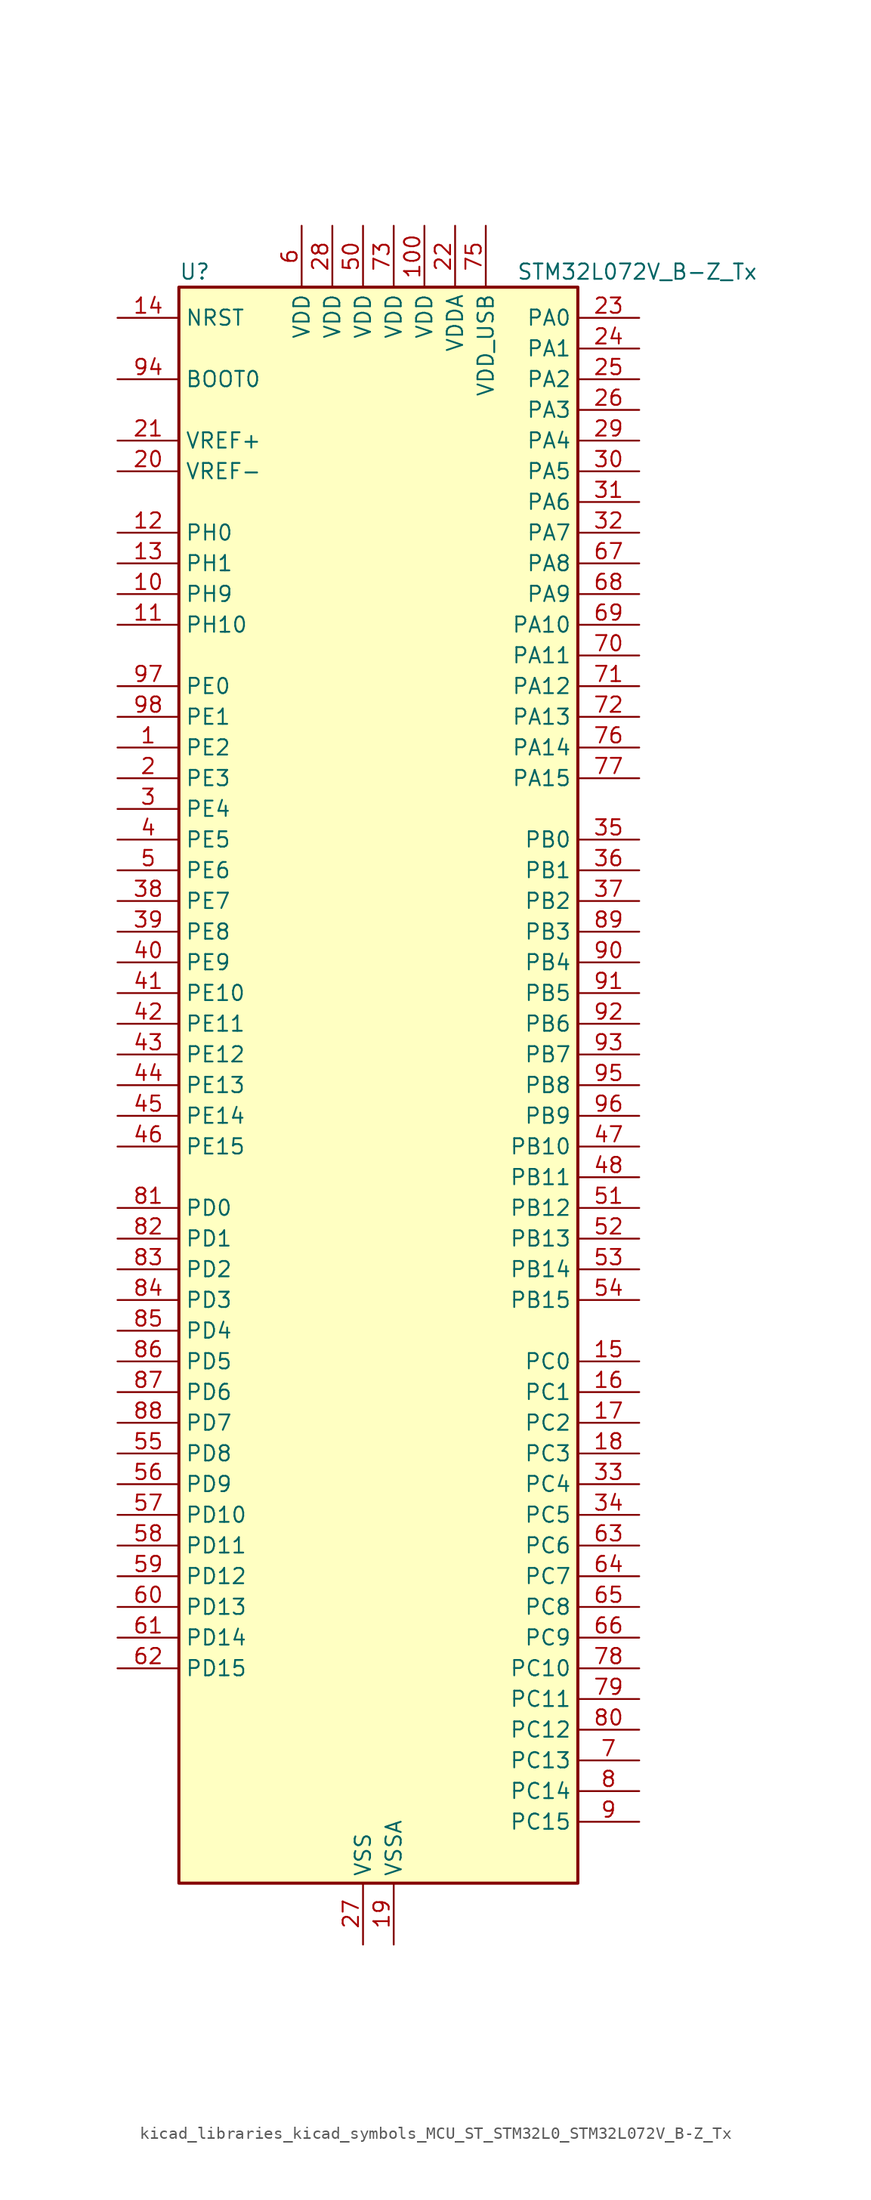
<source format=kicad_sym>
(kicad_symbol_lib
  (version 20220914)
  (generator kicad_symbol_editor)
  (symbol "kicad_libraries_kicad_symbols_MCU_ST_STM32L0_STM32L072V_B-Z_Tx"
    (property "Reference" "U"
      (at -15.24 67.31 0)
      (effects (font (size 1.27 1.27)) (justify left)))
    (property "Value" "STM32L072V_B-Z_Tx"
      (at 12.7 67.31 0)
      (effects (font (size 1.27 1.27)) (justify left)))
    (property "ki_locked" ""
      (at 0 0 0)
      (effects (font (size 1.27 1.27))))
    (symbol "kicad_libraries_kicad_symbols_MCU_ST_STM32L0_STM32L072V_B-Z_Tx_0_1"
      (rectangle (start -15.24 -66.04) (end 17.78 66.04) (stroke (width 0.254) (type default)) (fill (type background))))
    (symbol "kicad_libraries_kicad_symbols_MCU_ST_STM32L0_STM32L072V_B-Z_Tx_1_1"
      (pin bidirectional line (at -20.32 27.94 0) (length 5.08) (name "PE2" (effects (font (size 1.27 1.27)))) (number "1" (effects (font (size 1.27 1.27)))) (alternate "TIM3_ETR" bidirectional line))
      (pin bidirectional line (at -20.32 40.64 0) (length 5.08) (name "PH9" (effects (font (size 1.27 1.27)))) (number "10" (effects (font (size 1.27 1.27)))) (alternate "DAC_EXTI9" bidirectional line))
      (pin power_in line (at 5.08 71.12 270) (length 5.08) (name "VDD" (effects (font (size 1.27 1.27)))) (number "100" (effects (font (size 1.27 1.27)))))
      (pin bidirectional line (at -20.32 38.1 0) (length 5.08) (name "PH10" (effects (font (size 1.27 1.27)))) (number "11" (effects (font (size 1.27 1.27)))))
      (pin bidirectional line (at -20.32 45.72 0) (length 5.08) (name "PH0" (effects (font (size 1.27 1.27)))) (number "12" (effects (font (size 1.27 1.27)))) (alternate "CRS_SYNC" bidirectional line) (alternate "RCC_OSC_IN" bidirectional line))
      (pin bidirectional line (at -20.32 43.18 0) (length 5.08) (name "PH1" (effects (font (size 1.27 1.27)))) (number "13" (effects (font (size 1.27 1.27)))) (alternate "RCC_OSC_OUT" bidirectional line))
      (pin input line (at -20.32 63.5 0) (length 5.08) (name "NRST" (effects (font (size 1.27 1.27)))) (number "14" (effects (font (size 1.27 1.27)))))
      (pin bidirectional line (at 22.86 -22.86 180) (length 5.08) (name "PC0" (effects (font (size 1.27 1.27)))) (number "15" (effects (font (size 1.27 1.27)))) (alternate "ADC_IN10" bidirectional line) (alternate "I2C3_SCL" bidirectional line) (alternate "LPTIM1_IN1" bidirectional line) (alternate "LPUART1_RX" bidirectional line) (alternate "TSC_G7_IO1" bidirectional line))
      (pin bidirectional line (at 22.86 -25.4 180) (length 5.08) (name "PC1" (effects (font (size 1.27 1.27)))) (number "16" (effects (font (size 1.27 1.27)))) (alternate "ADC_IN11" bidirectional line) (alternate "I2C3_SDA" bidirectional line) (alternate "LPTIM1_OUT" bidirectional line) (alternate "LPUART1_TX" bidirectional line) (alternate "TSC_G7_IO2" bidirectional line))
      (pin bidirectional line (at 22.86 -27.94 180) (length 5.08) (name "PC2" (effects (font (size 1.27 1.27)))) (number "17" (effects (font (size 1.27 1.27)))) (alternate "ADC_IN12" bidirectional line) (alternate "I2S2_MCK" bidirectional line) (alternate "LPTIM1_IN2" bidirectional line) (alternate "SPI2_MISO" bidirectional line) (alternate "TSC_G7_IO3" bidirectional line))
      (pin bidirectional line (at 22.86 -30.48 180) (length 5.08) (name "PC3" (effects (font (size 1.27 1.27)))) (number "18" (effects (font (size 1.27 1.27)))) (alternate "ADC_IN13" bidirectional line) (alternate "I2S2_SD" bidirectional line) (alternate "LPTIM1_ETR" bidirectional line) (alternate "SPI2_MOSI" bidirectional line) (alternate "TSC_G7_IO4" bidirectional line))
      (pin power_in line (at 2.54 -71.12 90) (length 5.08) (name "VSSA" (effects (font (size 1.27 1.27)))) (number "19" (effects (font (size 1.27 1.27)))))
      (pin bidirectional line (at -20.32 25.4 0) (length 5.08) (name "PE3" (effects (font (size 1.27 1.27)))) (number "2" (effects (font (size 1.27 1.27)))) (alternate "TIM22_CH1" bidirectional line) (alternate "TIM3_CH1" bidirectional line))
      (pin input line (at -20.32 50.8 0) (length 5.08) (name "VREF-" (effects (font (size 1.27 1.27)))) (number "20" (effects (font (size 1.27 1.27)))))
      (pin input line (at -20.32 53.34 0) (length 5.08) (name "VREF+" (effects (font (size 1.27 1.27)))) (number "21" (effects (font (size 1.27 1.27)))))
      (pin power_in line (at 7.62 71.12 270) (length 5.08) (name "VDDA" (effects (font (size 1.27 1.27)))) (number "22" (effects (font (size 1.27 1.27)))))
      (pin bidirectional line (at 22.86 63.5 180) (length 5.08) (name "PA0" (effects (font (size 1.27 1.27)))) (number "23" (effects (font (size 1.27 1.27)))) (alternate "ADC_IN0" bidirectional line) (alternate "COMP1_INM" bidirectional line) (alternate "COMP1_OUT" bidirectional line) (alternate "RTC_TAMP2" bidirectional line) (alternate "SYS_WKUP1" bidirectional line) (alternate "TIM2_CH1" bidirectional line) (alternate "TIM2_ETR" bidirectional line) (alternate "TSC_G1_IO1" bidirectional line) (alternate "USART2_CTS" bidirectional line) (alternate "USART4_TX" bidirectional line))
      (pin bidirectional line (at 22.86 60.96 180) (length 5.08) (name "PA1" (effects (font (size 1.27 1.27)))) (number "24" (effects (font (size 1.27 1.27)))) (alternate "ADC_IN1" bidirectional line) (alternate "COMP1_INP" bidirectional line) (alternate "TIM21_ETR" bidirectional line) (alternate "TIM2_CH2" bidirectional line) (alternate "TSC_G1_IO2" bidirectional line) (alternate "USART2_DE" bidirectional line) (alternate "USART2_RTS" bidirectional line) (alternate "USART4_RX" bidirectional line))
      (pin bidirectional line (at 22.86 58.42 180) (length 5.08) (name "PA2" (effects (font (size 1.27 1.27)))) (number "25" (effects (font (size 1.27 1.27)))) (alternate "ADC_IN2" bidirectional line) (alternate "COMP2_INM" bidirectional line) (alternate "COMP2_OUT" bidirectional line) (alternate "LPUART1_TX" bidirectional line) (alternate "TIM21_CH1" bidirectional line) (alternate "TIM2_CH3" bidirectional line) (alternate "TSC_G1_IO3" bidirectional line) (alternate "USART2_TX" bidirectional line))
      (pin bidirectional line (at 22.86 55.88 180) (length 5.08) (name "PA3" (effects (font (size 1.27 1.27)))) (number "26" (effects (font (size 1.27 1.27)))) (alternate "ADC_IN3" bidirectional line) (alternate "COMP2_INP" bidirectional line) (alternate "LPUART1_RX" bidirectional line) (alternate "TIM21_CH2" bidirectional line) (alternate "TIM2_CH4" bidirectional line) (alternate "TSC_G1_IO4" bidirectional line) (alternate "USART2_RX" bidirectional line))
      (pin power_in line (at 0 -71.12 90) (length 5.08) (name "VSS" (effects (font (size 1.27 1.27)))) (number "27" (effects (font (size 1.27 1.27)))))
      (pin power_in line (at -2.54 71.12 270) (length 5.08) (name "VDD" (effects (font (size 1.27 1.27)))) (number "28" (effects (font (size 1.27 1.27)))))
      (pin bidirectional line (at 22.86 53.34 180) (length 5.08) (name "PA4" (effects (font (size 1.27 1.27)))) (number "29" (effects (font (size 1.27 1.27)))) (alternate "ADC_IN4" bidirectional line) (alternate "COMP1_INM" bidirectional line) (alternate "COMP2_INM" bidirectional line) (alternate "DAC_OUT1" bidirectional line) (alternate "SPI1_NSS" bidirectional line) (alternate "TIM22_ETR" bidirectional line) (alternate "TSC_G2_IO1" bidirectional line) (alternate "USART2_CK" bidirectional line))
      (pin bidirectional line (at -20.32 22.86 0) (length 5.08) (name "PE4" (effects (font (size 1.27 1.27)))) (number "3" (effects (font (size 1.27 1.27)))) (alternate "TIM22_CH2" bidirectional line) (alternate "TIM3_CH2" bidirectional line))
      (pin bidirectional line (at 22.86 50.8 180) (length 5.08) (name "PA5" (effects (font (size 1.27 1.27)))) (number "30" (effects (font (size 1.27 1.27)))) (alternate "ADC_IN5" bidirectional line) (alternate "COMP1_INM" bidirectional line) (alternate "COMP2_INM" bidirectional line) (alternate "DAC_OUT2" bidirectional line) (alternate "SPI1_SCK" bidirectional line) (alternate "TIM2_CH1" bidirectional line) (alternate "TIM2_ETR" bidirectional line) (alternate "TSC_G2_IO2" bidirectional line))
      (pin bidirectional line (at 22.86 48.26 180) (length 5.08) (name "PA6" (effects (font (size 1.27 1.27)))) (number "31" (effects (font (size 1.27 1.27)))) (alternate "ADC_IN6" bidirectional line) (alternate "COMP1_OUT" bidirectional line) (alternate "LPUART1_CTS" bidirectional line) (alternate "SPI1_MISO" bidirectional line) (alternate "TIM22_CH1" bidirectional line) (alternate "TIM3_CH1" bidirectional line) (alternate "TSC_G2_IO3" bidirectional line))
      (pin bidirectional line (at 22.86 45.72 180) (length 5.08) (name "PA7" (effects (font (size 1.27 1.27)))) (number "32" (effects (font (size 1.27 1.27)))) (alternate "ADC_IN7" bidirectional line) (alternate "COMP2_OUT" bidirectional line) (alternate "SPI1_MOSI" bidirectional line) (alternate "TIM22_CH2" bidirectional line) (alternate "TIM3_CH2" bidirectional line) (alternate "TSC_G2_IO4" bidirectional line))
      (pin bidirectional line (at 22.86 -33.02 180) (length 5.08) (name "PC4" (effects (font (size 1.27 1.27)))) (number "33" (effects (font (size 1.27 1.27)))) (alternate "ADC_IN14" bidirectional line) (alternate "LPUART1_TX" bidirectional line))
      (pin bidirectional line (at 22.86 -35.56 180) (length 5.08) (name "PC5" (effects (font (size 1.27 1.27)))) (number "34" (effects (font (size 1.27 1.27)))) (alternate "ADC_IN15" bidirectional line) (alternate "LPUART1_RX" bidirectional line) (alternate "TSC_G3_IO1" bidirectional line))
      (pin bidirectional line (at 22.86 20.32 180) (length 5.08) (name "PB0" (effects (font (size 1.27 1.27)))) (number "35" (effects (font (size 1.27 1.27)))) (alternate "ADC_IN8" bidirectional line) (alternate "SYS_VREF_OUT_PB0" bidirectional line) (alternate "TIM3_CH3" bidirectional line) (alternate "TSC_G3_IO2" bidirectional line))
      (pin bidirectional line (at 22.86 17.78 180) (length 5.08) (name "PB1" (effects (font (size 1.27 1.27)))) (number "36" (effects (font (size 1.27 1.27)))) (alternate "ADC_IN9" bidirectional line) (alternate "LPUART1_DE" bidirectional line) (alternate "LPUART1_RTS" bidirectional line) (alternate "SYS_VREF_OUT_PB1" bidirectional line) (alternate "TIM3_CH4" bidirectional line) (alternate "TSC_G3_IO3" bidirectional line))
      (pin bidirectional line (at 22.86 15.24 180) (length 5.08) (name "PB2" (effects (font (size 1.27 1.27)))) (number "37" (effects (font (size 1.27 1.27)))) (alternate "I2C3_SMBA" bidirectional line) (alternate "LPTIM1_OUT" bidirectional line) (alternate "TSC_G3_IO4" bidirectional line))
      (pin bidirectional line (at -20.32 15.24 0) (length 5.08) (name "PE7" (effects (font (size 1.27 1.27)))) (number "38" (effects (font (size 1.27 1.27)))) (alternate "USART5_CK" bidirectional line) (alternate "USART5_DE" bidirectional line) (alternate "USART5_RTS" bidirectional line))
      (pin bidirectional line (at -20.32 12.7 0) (length 5.08) (name "PE8" (effects (font (size 1.27 1.27)))) (number "39" (effects (font (size 1.27 1.27)))) (alternate "USART4_TX" bidirectional line))
      (pin bidirectional line (at -20.32 20.32 0) (length 5.08) (name "PE5" (effects (font (size 1.27 1.27)))) (number "4" (effects (font (size 1.27 1.27)))) (alternate "TIM21_CH1" bidirectional line) (alternate "TIM3_CH3" bidirectional line))
      (pin bidirectional line (at -20.32 10.16 0) (length 5.08) (name "PE9" (effects (font (size 1.27 1.27)))) (number "40" (effects (font (size 1.27 1.27)))) (alternate "DAC_EXTI9" bidirectional line) (alternate "TIM2_CH1" bidirectional line) (alternate "TIM2_ETR" bidirectional line) (alternate "USART4_RX" bidirectional line))
      (pin bidirectional line (at -20.32 7.62 0) (length 5.08) (name "PE10" (effects (font (size 1.27 1.27)))) (number "41" (effects (font (size 1.27 1.27)))) (alternate "TIM2_CH2" bidirectional line) (alternate "USART5_TX" bidirectional line))
      (pin bidirectional line (at -20.32 5.08 0) (length 5.08) (name "PE11" (effects (font (size 1.27 1.27)))) (number "42" (effects (font (size 1.27 1.27)))) (alternate "ADC_EXTI11" bidirectional line) (alternate "TIM2_CH3" bidirectional line) (alternate "USART5_RX" bidirectional line))
      (pin bidirectional line (at -20.32 2.54 0) (length 5.08) (name "PE12" (effects (font (size 1.27 1.27)))) (number "43" (effects (font (size 1.27 1.27)))) (alternate "SPI1_NSS" bidirectional line) (alternate "TIM2_CH4" bidirectional line))
      (pin bidirectional line (at -20.32 0 0) (length 5.08) (name "PE13" (effects (font (size 1.27 1.27)))) (number "44" (effects (font (size 1.27 1.27)))) (alternate "SPI1_SCK" bidirectional line))
      (pin bidirectional line (at -20.32 -2.54 0) (length 5.08) (name "PE14" (effects (font (size 1.27 1.27)))) (number "45" (effects (font (size 1.27 1.27)))) (alternate "SPI1_MISO" bidirectional line))
      (pin bidirectional line (at -20.32 -5.08 0) (length 5.08) (name "PE15" (effects (font (size 1.27 1.27)))) (number "46" (effects (font (size 1.27 1.27)))) (alternate "SPI1_MOSI" bidirectional line))
      (pin bidirectional line (at 22.86 -5.08 180) (length 5.08) (name "PB10" (effects (font (size 1.27 1.27)))) (number "47" (effects (font (size 1.27 1.27)))) (alternate "I2C2_SCL" bidirectional line) (alternate "LPUART1_RX" bidirectional line) (alternate "LPUART1_TX" bidirectional line) (alternate "SPI2_SCK" bidirectional line) (alternate "TIM2_CH3" bidirectional line) (alternate "TSC_SYNC" bidirectional line))
      (pin bidirectional line (at 22.86 -7.62 180) (length 5.08) (name "PB11" (effects (font (size 1.27 1.27)))) (number "48" (effects (font (size 1.27 1.27)))) (alternate "ADC_EXTI11" bidirectional line) (alternate "I2C2_SDA" bidirectional line) (alternate "LPUART1_RX" bidirectional line) (alternate "LPUART1_TX" bidirectional line) (alternate "TIM2_CH4" bidirectional line) (alternate "TSC_G6_IO1" bidirectional line))
      (pin passive line (at 0 -71.12 90) (length 5.08) hide (name "VSS" (effects (font (size 1.27 1.27)))) (number "49" (effects (font (size 1.27 1.27)))))
      (pin bidirectional line (at -20.32 17.78 0) (length 5.08) (name "PE6" (effects (font (size 1.27 1.27)))) (number "5" (effects (font (size 1.27 1.27)))) (alternate "RTC_TAMP3" bidirectional line) (alternate "SYS_WKUP3" bidirectional line) (alternate "TIM21_CH2" bidirectional line) (alternate "TIM3_CH4" bidirectional line))
      (pin power_in line (at 0 71.12 270) (length 5.08) (name "VDD" (effects (font (size 1.27 1.27)))) (number "50" (effects (font (size 1.27 1.27)))))
      (pin bidirectional line (at 22.86 -10.16 180) (length 5.08) (name "PB12" (effects (font (size 1.27 1.27)))) (number "51" (effects (font (size 1.27 1.27)))) (alternate "I2S2_WS" bidirectional line) (alternate "LPUART1_DE" bidirectional line) (alternate "LPUART1_RTS" bidirectional line) (alternate "SPI2_NSS" bidirectional line) (alternate "TSC_G6_IO2" bidirectional line))
      (pin bidirectional line (at 22.86 -12.7 180) (length 5.08) (name "PB13" (effects (font (size 1.27 1.27)))) (number "52" (effects (font (size 1.27 1.27)))) (alternate "I2C2_SCL" bidirectional line) (alternate "I2S2_CK" bidirectional line) (alternate "LPUART1_CTS" bidirectional line) (alternate "RCC_MCO" bidirectional line) (alternate "SPI2_SCK" bidirectional line) (alternate "TIM21_CH1" bidirectional line) (alternate "TSC_G6_IO3" bidirectional line))
      (pin bidirectional line (at 22.86 -15.24 180) (length 5.08) (name "PB14" (effects (font (size 1.27 1.27)))) (number "53" (effects (font (size 1.27 1.27)))) (alternate "I2C2_SDA" bidirectional line) (alternate "I2S2_MCK" bidirectional line) (alternate "LPUART1_DE" bidirectional line) (alternate "LPUART1_RTS" bidirectional line) (alternate "RTC_OUT_ALARM" bidirectional line) (alternate "RTC_OUT_CALIB" bidirectional line) (alternate "SPI2_MISO" bidirectional line) (alternate "TIM21_CH2" bidirectional line) (alternate "TSC_G6_IO4" bidirectional line))
      (pin bidirectional line (at 22.86 -17.78 180) (length 5.08) (name "PB15" (effects (font (size 1.27 1.27)))) (number "54" (effects (font (size 1.27 1.27)))) (alternate "I2S2_SD" bidirectional line) (alternate "RTC_REFIN" bidirectional line) (alternate "SPI2_MOSI" bidirectional line))
      (pin bidirectional line (at -20.32 -30.48 0) (length 5.08) (name "PD8" (effects (font (size 1.27 1.27)))) (number "55" (effects (font (size 1.27 1.27)))) (alternate "LPUART1_TX" bidirectional line))
      (pin bidirectional line (at -20.32 -33.02 0) (length 5.08) (name "PD9" (effects (font (size 1.27 1.27)))) (number "56" (effects (font (size 1.27 1.27)))) (alternate "DAC_EXTI9" bidirectional line) (alternate "LPUART1_RX" bidirectional line))
      (pin bidirectional line (at -20.32 -35.56 0) (length 5.08) (name "PD10" (effects (font (size 1.27 1.27)))) (number "57" (effects (font (size 1.27 1.27)))))
      (pin bidirectional line (at -20.32 -38.1 0) (length 5.08) (name "PD11" (effects (font (size 1.27 1.27)))) (number "58" (effects (font (size 1.27 1.27)))) (alternate "ADC_EXTI11" bidirectional line) (alternate "LPUART1_CTS" bidirectional line))
      (pin bidirectional line (at -20.32 -40.64 0) (length 5.08) (name "PD12" (effects (font (size 1.27 1.27)))) (number "59" (effects (font (size 1.27 1.27)))) (alternate "LPUART1_DE" bidirectional line) (alternate "LPUART1_RTS" bidirectional line))
      (pin power_in line (at -5.08 71.12 270) (length 5.08) (name "VDD" (effects (font (size 1.27 1.27)))) (number "6" (effects (font (size 1.27 1.27)))))
      (pin bidirectional line (at -20.32 -43.18 0) (length 5.08) (name "PD13" (effects (font (size 1.27 1.27)))) (number "60" (effects (font (size 1.27 1.27)))))
      (pin bidirectional line (at -20.32 -45.72 0) (length 5.08) (name "PD14" (effects (font (size 1.27 1.27)))) (number "61" (effects (font (size 1.27 1.27)))))
      (pin bidirectional line (at -20.32 -48.26 0) (length 5.08) (name "PD15" (effects (font (size 1.27 1.27)))) (number "62" (effects (font (size 1.27 1.27)))) (alternate "CRS_SYNC" bidirectional line))
      (pin bidirectional line (at 22.86 -38.1 180) (length 5.08) (name "PC6" (effects (font (size 1.27 1.27)))) (number "63" (effects (font (size 1.27 1.27)))) (alternate "TIM22_CH1" bidirectional line) (alternate "TIM3_CH1" bidirectional line) (alternate "TSC_G8_IO1" bidirectional line))
      (pin bidirectional line (at 22.86 -40.64 180) (length 5.08) (name "PC7" (effects (font (size 1.27 1.27)))) (number "64" (effects (font (size 1.27 1.27)))) (alternate "TIM22_CH2" bidirectional line) (alternate "TIM3_CH2" bidirectional line) (alternate "TSC_G8_IO2" bidirectional line))
      (pin bidirectional line (at 22.86 -43.18 180) (length 5.08) (name "PC8" (effects (font (size 1.27 1.27)))) (number "65" (effects (font (size 1.27 1.27)))) (alternate "TIM22_ETR" bidirectional line) (alternate "TIM3_CH3" bidirectional line) (alternate "TSC_G8_IO3" bidirectional line))
      (pin bidirectional line (at 22.86 -45.72 180) (length 5.08) (name "PC9" (effects (font (size 1.27 1.27)))) (number "66" (effects (font (size 1.27 1.27)))) (alternate "DAC_EXTI9" bidirectional line) (alternate "I2C3_SDA" bidirectional line) (alternate "TIM21_ETR" bidirectional line) (alternate "TIM3_CH4" bidirectional line) (alternate "TSC_G8_IO4" bidirectional line) (alternate "USB_NOE" bidirectional line))
      (pin bidirectional line (at 22.86 43.18 180) (length 5.08) (name "PA8" (effects (font (size 1.27 1.27)))) (number "67" (effects (font (size 1.27 1.27)))) (alternate "CRS_SYNC" bidirectional line) (alternate "I2C3_SCL" bidirectional line) (alternate "RCC_MCO" bidirectional line) (alternate "USART1_CK" bidirectional line))
      (pin bidirectional line (at 22.86 40.64 180) (length 5.08) (name "PA9" (effects (font (size 1.27 1.27)))) (number "68" (effects (font (size 1.27 1.27)))) (alternate "DAC_EXTI9" bidirectional line) (alternate "I2C1_SCL" bidirectional line) (alternate "I2C3_SMBA" bidirectional line) (alternate "RCC_MCO" bidirectional line) (alternate "TSC_G4_IO1" bidirectional line) (alternate "USART1_TX" bidirectional line))
      (pin bidirectional line (at 22.86 38.1 180) (length 5.08) (name "PA10" (effects (font (size 1.27 1.27)))) (number "69" (effects (font (size 1.27 1.27)))) (alternate "I2C1_SDA" bidirectional line) (alternate "TSC_G4_IO2" bidirectional line) (alternate "USART1_RX" bidirectional line))
      (pin bidirectional line (at 22.86 -55.88 180) (length 5.08) (name "PC13" (effects (font (size 1.27 1.27)))) (number "7" (effects (font (size 1.27 1.27)))) (alternate "RTC_OUT_ALARM" bidirectional line) (alternate "RTC_OUT_CALIB" bidirectional line) (alternate "RTC_TAMP1" bidirectional line) (alternate "RTC_TS" bidirectional line) (alternate "SYS_WKUP2" bidirectional line))
      (pin bidirectional line (at 22.86 35.56 180) (length 5.08) (name "PA11" (effects (font (size 1.27 1.27)))) (number "70" (effects (font (size 1.27 1.27)))) (alternate "ADC_EXTI11" bidirectional line) (alternate "COMP1_OUT" bidirectional line) (alternate "SPI1_MISO" bidirectional line) (alternate "TSC_G4_IO3" bidirectional line) (alternate "USART1_CTS" bidirectional line) (alternate "USB_DM" bidirectional line))
      (pin bidirectional line (at 22.86 33.02 180) (length 5.08) (name "PA12" (effects (font (size 1.27 1.27)))) (number "71" (effects (font (size 1.27 1.27)))) (alternate "COMP2_OUT" bidirectional line) (alternate "SPI1_MOSI" bidirectional line) (alternate "TSC_G4_IO4" bidirectional line) (alternate "USART1_DE" bidirectional line) (alternate "USART1_RTS" bidirectional line) (alternate "USB_DP" bidirectional line))
      (pin bidirectional line (at 22.86 30.48 180) (length 5.08) (name "PA13" (effects (font (size 1.27 1.27)))) (number "72" (effects (font (size 1.27 1.27)))) (alternate "LPUART1_RX" bidirectional line) (alternate "SYS_SWDIO" bidirectional line) (alternate "USB_NOE" bidirectional line))
      (pin power_in line (at 2.54 71.12 270) (length 5.08) (name "VDD" (effects (font (size 1.27 1.27)))) (number "73" (effects (font (size 1.27 1.27)))))
      (pin passive line (at 0 -71.12 90) (length 5.08) hide (name "VSS" (effects (font (size 1.27 1.27)))) (number "74" (effects (font (size 1.27 1.27)))))
      (pin power_in line (at 10.16 71.12 270) (length 5.08) (name "VDD_USB" (effects (font (size 1.27 1.27)))) (number "75" (effects (font (size 1.27 1.27)))))
      (pin bidirectional line (at 22.86 27.94 180) (length 5.08) (name "PA14" (effects (font (size 1.27 1.27)))) (number "76" (effects (font (size 1.27 1.27)))) (alternate "LPUART1_TX" bidirectional line) (alternate "SYS_SWCLK" bidirectional line) (alternate "USART2_TX" bidirectional line))
      (pin bidirectional line (at 22.86 25.4 180) (length 5.08) (name "PA15" (effects (font (size 1.27 1.27)))) (number "77" (effects (font (size 1.27 1.27)))) (alternate "SPI1_NSS" bidirectional line) (alternate "TIM2_CH1" bidirectional line) (alternate "TIM2_ETR" bidirectional line) (alternate "USART2_RX" bidirectional line) (alternate "USART4_DE" bidirectional line) (alternate "USART4_RTS" bidirectional line))
      (pin bidirectional line (at 22.86 -48.26 180) (length 5.08) (name "PC10" (effects (font (size 1.27 1.27)))) (number "78" (effects (font (size 1.27 1.27)))) (alternate "LPUART1_TX" bidirectional line) (alternate "USART4_TX" bidirectional line))
      (pin bidirectional line (at 22.86 -50.8 180) (length 5.08) (name "PC11" (effects (font (size 1.27 1.27)))) (number "79" (effects (font (size 1.27 1.27)))) (alternate "ADC_EXTI11" bidirectional line) (alternate "LPUART1_RX" bidirectional line) (alternate "USART4_RX" bidirectional line))
      (pin bidirectional line (at 22.86 -58.42 180) (length 5.08) (name "PC14" (effects (font (size 1.27 1.27)))) (number "8" (effects (font (size 1.27 1.27)))) (alternate "RCC_OSC32_IN" bidirectional line))
      (pin bidirectional line (at 22.86 -53.34 180) (length 5.08) (name "PC12" (effects (font (size 1.27 1.27)))) (number "80" (effects (font (size 1.27 1.27)))) (alternate "USART4_CK" bidirectional line) (alternate "USART5_TX" bidirectional line))
      (pin bidirectional line (at -20.32 -10.16 0) (length 5.08) (name "PD0" (effects (font (size 1.27 1.27)))) (number "81" (effects (font (size 1.27 1.27)))) (alternate "I2S2_WS" bidirectional line) (alternate "SPI2_NSS" bidirectional line) (alternate "TIM21_CH1" bidirectional line))
      (pin bidirectional line (at -20.32 -12.7 0) (length 5.08) (name "PD1" (effects (font (size 1.27 1.27)))) (number "82" (effects (font (size 1.27 1.27)))) (alternate "I2S2_CK" bidirectional line) (alternate "SPI2_SCK" bidirectional line))
      (pin bidirectional line (at -20.32 -15.24 0) (length 5.08) (name "PD2" (effects (font (size 1.27 1.27)))) (number "83" (effects (font (size 1.27 1.27)))) (alternate "LPUART1_DE" bidirectional line) (alternate "LPUART1_RTS" bidirectional line) (alternate "TIM3_ETR" bidirectional line) (alternate "USART5_RX" bidirectional line))
      (pin bidirectional line (at -20.32 -17.78 0) (length 5.08) (name "PD3" (effects (font (size 1.27 1.27)))) (number "84" (effects (font (size 1.27 1.27)))) (alternate "I2S2_MCK" bidirectional line) (alternate "SPI2_MISO" bidirectional line) (alternate "USART2_CTS" bidirectional line))
      (pin bidirectional line (at -20.32 -20.32 0) (length 5.08) (name "PD4" (effects (font (size 1.27 1.27)))) (number "85" (effects (font (size 1.27 1.27)))) (alternate "I2S2_SD" bidirectional line) (alternate "SPI2_MOSI" bidirectional line) (alternate "USART2_DE" bidirectional line) (alternate "USART2_RTS" bidirectional line))
      (pin bidirectional line (at -20.32 -22.86 0) (length 5.08) (name "PD5" (effects (font (size 1.27 1.27)))) (number "86" (effects (font (size 1.27 1.27)))) (alternate "USART2_TX" bidirectional line))
      (pin bidirectional line (at -20.32 -25.4 0) (length 5.08) (name "PD6" (effects (font (size 1.27 1.27)))) (number "87" (effects (font (size 1.27 1.27)))) (alternate "USART2_RX" bidirectional line))
      (pin bidirectional line (at -20.32 -27.94 0) (length 5.08) (name "PD7" (effects (font (size 1.27 1.27)))) (number "88" (effects (font (size 1.27 1.27)))) (alternate "TIM21_CH2" bidirectional line) (alternate "USART2_CK" bidirectional line))
      (pin bidirectional line (at 22.86 12.7 180) (length 5.08) (name "PB3" (effects (font (size 1.27 1.27)))) (number "89" (effects (font (size 1.27 1.27)))) (alternate "COMP2_INM" bidirectional line) (alternate "SPI1_SCK" bidirectional line) (alternate "TIM2_CH2" bidirectional line) (alternate "TSC_G5_IO1" bidirectional line) (alternate "USART1_DE" bidirectional line) (alternate "USART1_RTS" bidirectional line) (alternate "USART5_TX" bidirectional line))
      (pin bidirectional line (at 22.86 -60.96 180) (length 5.08) (name "PC15" (effects (font (size 1.27 1.27)))) (number "9" (effects (font (size 1.27 1.27)))) (alternate "RCC_OSC32_OUT" bidirectional line))
      (pin bidirectional line (at 22.86 10.16 180) (length 5.08) (name "PB4" (effects (font (size 1.27 1.27)))) (number "90" (effects (font (size 1.27 1.27)))) (alternate "COMP2_INP" bidirectional line) (alternate "I2C3_SDA" bidirectional line) (alternate "SPI1_MISO" bidirectional line) (alternate "TIM22_CH1" bidirectional line) (alternate "TIM3_CH1" bidirectional line) (alternate "TSC_G5_IO2" bidirectional line) (alternate "USART1_CTS" bidirectional line) (alternate "USART5_RX" bidirectional line))
      (pin bidirectional line (at 22.86 7.62 180) (length 5.08) (name "PB5" (effects (font (size 1.27 1.27)))) (number "91" (effects (font (size 1.27 1.27)))) (alternate "COMP2_INP" bidirectional line) (alternate "I2C1_SMBA" bidirectional line) (alternate "LPTIM1_IN1" bidirectional line) (alternate "SPI1_MOSI" bidirectional line) (alternate "TIM22_CH2" bidirectional line) (alternate "TIM3_CH2" bidirectional line) (alternate "USART1_CK" bidirectional line) (alternate "USART5_CK" bidirectional line) (alternate "USART5_DE" bidirectional line) (alternate "USART5_RTS" bidirectional line))
      (pin bidirectional line (at 22.86 5.08 180) (length 5.08) (name "PB6" (effects (font (size 1.27 1.27)))) (number "92" (effects (font (size 1.27 1.27)))) (alternate "COMP2_INP" bidirectional line) (alternate "I2C1_SCL" bidirectional line) (alternate "LPTIM1_ETR" bidirectional line) (alternate "TSC_G5_IO3" bidirectional line) (alternate "USART1_TX" bidirectional line))
      (pin bidirectional line (at 22.86 2.54 180) (length 5.08) (name "PB7" (effects (font (size 1.27 1.27)))) (number "93" (effects (font (size 1.27 1.27)))) (alternate "COMP2_INP" bidirectional line) (alternate "I2C1_SDA" bidirectional line) (alternate "LPTIM1_IN2" bidirectional line) (alternate "SYS_PVD_IN" bidirectional line) (alternate "TSC_G5_IO4" bidirectional line) (alternate "USART1_RX" bidirectional line) (alternate "USART4_CTS" bidirectional line))
      (pin input line (at -20.32 58.42 0) (length 5.08) (name "BOOT0" (effects (font (size 1.27 1.27)))) (number "94" (effects (font (size 1.27 1.27)))))
      (pin bidirectional line (at 22.86 0 180) (length 5.08) (name "PB8" (effects (font (size 1.27 1.27)))) (number "95" (effects (font (size 1.27 1.27)))) (alternate "I2C1_SCL" bidirectional line) (alternate "TSC_SYNC" bidirectional line))
      (pin bidirectional line (at 22.86 -2.54 180) (length 5.08) (name "PB9" (effects (font (size 1.27 1.27)))) (number "96" (effects (font (size 1.27 1.27)))) (alternate "DAC_EXTI9" bidirectional line) (alternate "I2C1_SDA" bidirectional line) (alternate "I2S2_WS" bidirectional line) (alternate "SPI2_NSS" bidirectional line))
      (pin bidirectional line (at -20.32 33.02 0) (length 5.08) (name "PE0" (effects (font (size 1.27 1.27)))) (number "97" (effects (font (size 1.27 1.27)))))
      (pin bidirectional line (at -20.32 30.48 0) (length 5.08) (name "PE1" (effects (font (size 1.27 1.27)))) (number "98" (effects (font (size 1.27 1.27)))))
      (pin passive line (at 0 -71.12 90) (length 5.08) hide (name "VSS" (effects (font (size 1.27 1.27)))) (number "99" (effects (font (size 1.27 1.27))))))))
</source>
